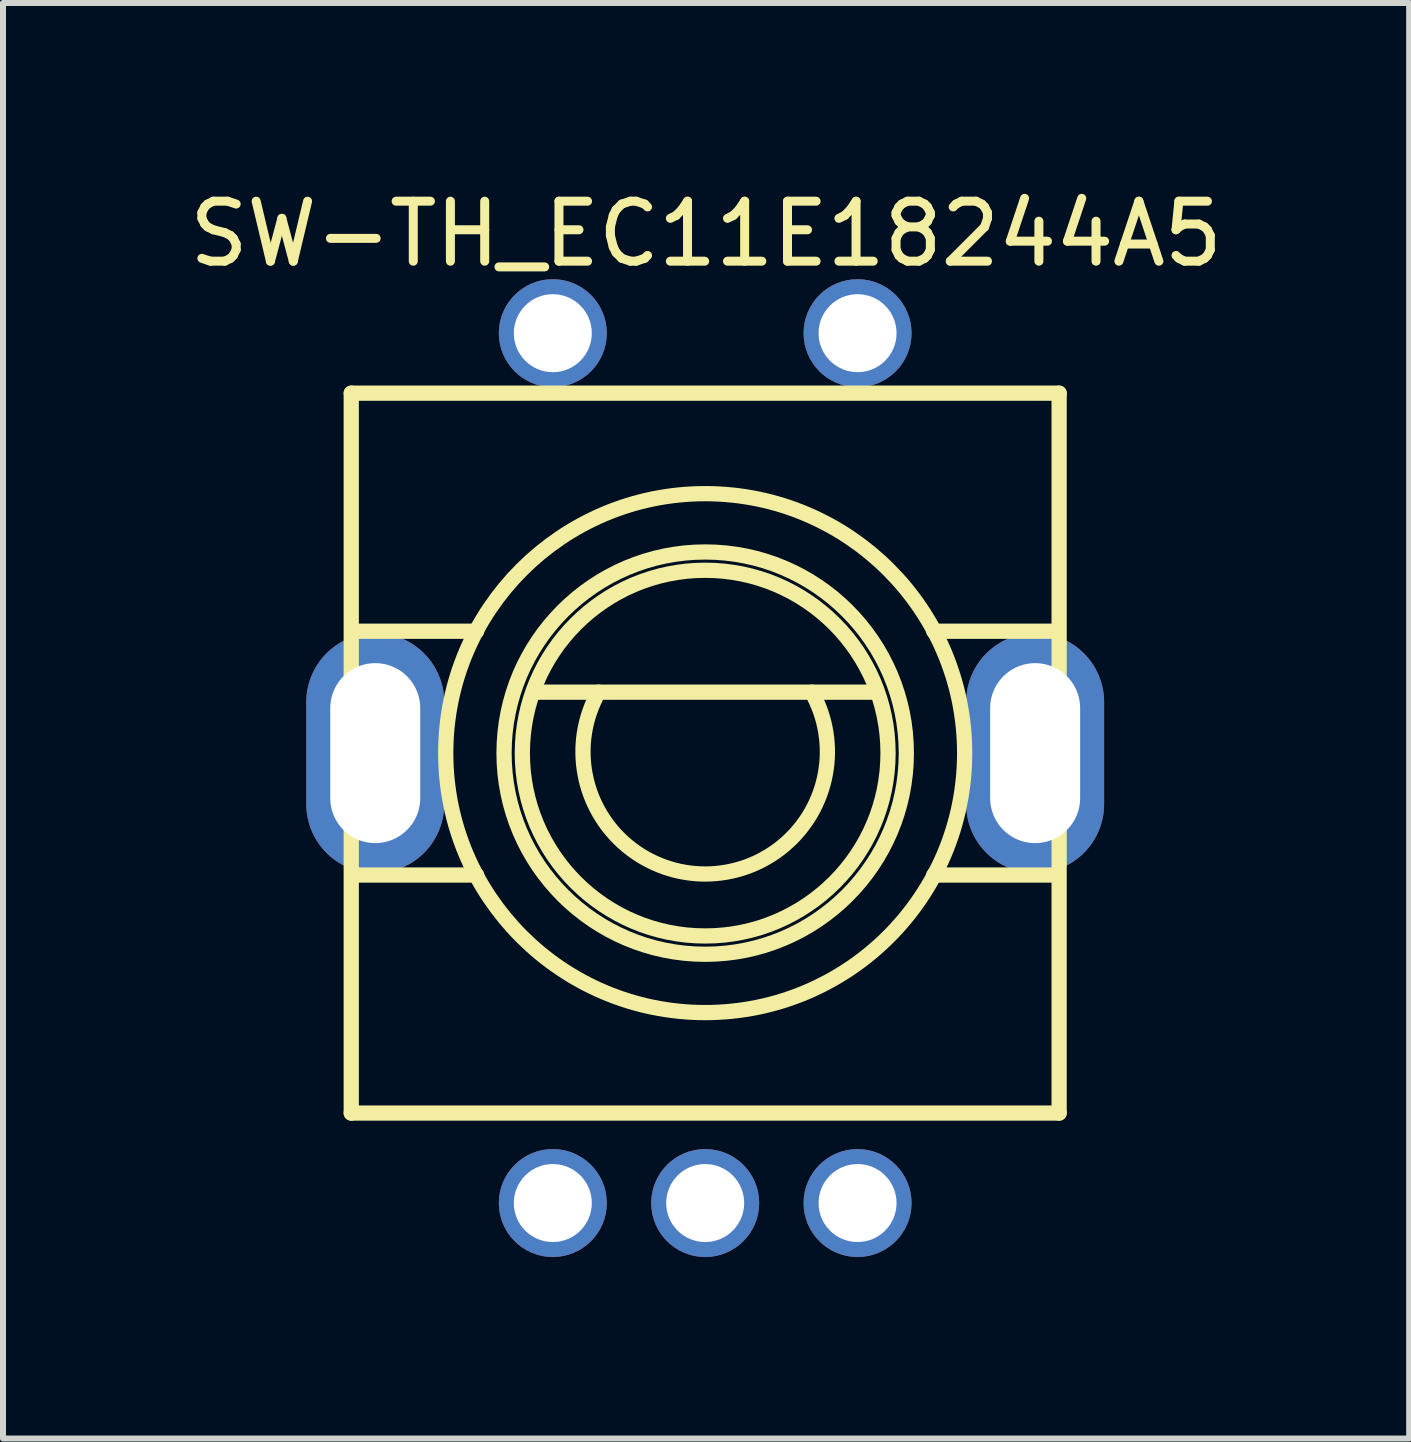
<source format=kicad_pcb>
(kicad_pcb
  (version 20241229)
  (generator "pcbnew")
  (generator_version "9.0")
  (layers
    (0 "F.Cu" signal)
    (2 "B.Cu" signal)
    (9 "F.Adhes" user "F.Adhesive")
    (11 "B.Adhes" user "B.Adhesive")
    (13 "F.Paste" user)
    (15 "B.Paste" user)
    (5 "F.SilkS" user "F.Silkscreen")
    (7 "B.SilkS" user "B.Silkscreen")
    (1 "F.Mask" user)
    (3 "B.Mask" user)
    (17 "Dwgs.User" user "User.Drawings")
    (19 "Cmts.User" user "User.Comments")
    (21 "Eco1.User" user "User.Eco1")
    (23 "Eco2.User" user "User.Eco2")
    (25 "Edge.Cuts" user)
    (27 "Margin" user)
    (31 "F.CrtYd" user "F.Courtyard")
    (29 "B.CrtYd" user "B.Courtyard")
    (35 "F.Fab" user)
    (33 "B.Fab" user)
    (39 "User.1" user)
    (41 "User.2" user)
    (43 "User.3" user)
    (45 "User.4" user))
  (footprint "SW-TH_EC11E18244A5"
    (layer "F.Cu")
    (at 8.705 9.754)
    (property "Reference" "SW-TH_EC11E18244A5" (at 0.015 -8.905 0) (layer "F.SilkS") (effects (font (size 1 1) (thickness 0.15))))
    (fp_line (start -5.9 -6.25) (end 5.9 -6.25) (stroke (width 0.254) (type default)) (layer "F.SilkS"))
    (fp_line (start -5.9 5.75) (end -5.9 -6.25) (stroke (width 0.254) (type default)) (layer "F.SilkS"))
    (fp_line (start -5.842 -2.282) (end -3.81 -2.282) (stroke (width 0.254) (type default)) (layer "F.SilkS"))
    (fp_line (start -5.842 1.782) (end -3.81 1.782) (stroke (width 0.254) (type default)) (layer "F.SilkS"))
    (fp_line (start -2.794 -1.266) (end 2.794 -1.266) (stroke (width 0.254) (type default)) (layer "F.SilkS"))
    (fp_line (start 3.81 -2.282) (end 5.842 -2.282) (stroke (width 0.254) (type default)) (layer "F.SilkS"))
    (fp_line (start 3.81 1.782) (end 5.842 1.782) (stroke (width 0.254) (type default)) (layer "F.SilkS"))
    (fp_line (start 5.9 -6.25) (end 5.9 5.75) (stroke (width 0.254) (type default)) (layer "F.SilkS"))
    (fp_line (start 5.9 5.75) (end -5.9 5.75) (stroke (width 0.254) (type default)) (layer "F.SilkS"))
    (fp_arc (start 1.778 -1.266) (mid 0 1.764988) (end -1.778 -1.266) (stroke (width 0.254) (type default)) (layer "F.SilkS"))
    (fp_circle (center 0 -0.25) (end 3.048 -0.25) (stroke (width 0.254) (type default)) (fill no) (layer "F.SilkS"))
    (fp_circle (center 0 -0.25) (end 3.353 -0.25) (stroke (width 0.254) (type default)) (fill no) (layer "F.SilkS"))
    (fp_circle (center 0 -0.25) (end 4.325 -0.25) (stroke (width 0.254) (type default)) (fill no) (layer "F.SilkS"))
    (fp_poly (pts (xy -6.1 0.5) (xy -6.1 -1) (xy -4.9 -1) (xy -4.9 0.5)) (stroke (width 0.1) (type default)) (fill no) (layer "User.1"))
    (fp_poly (pts (xy 4.9 0.5) (xy 4.9 -1) (xy 6.1 -1) (xy 6.1 0.5)) (stroke (width 0.1) (type default)) (fill no) (layer "User.1"))
    (fp_poly (pts (xy -1.995 -7.322) (xy -2.032 -7.46) (xy -2.104 -7.585) (xy -2.205 -7.686) (xy -2.33 -7.758) (xy -2.468 -7.795) (xy -2.612 -7.795) (xy -2.75 -7.758) (xy -2.875 -7.686) (xy -2.976 -7.585) (xy -3.048 -7.46) (xy -3.085 -7.322) (xy -3.085 -7.178) (xy -3.048 -7.04) (xy -2.976 -6.915) (xy -2.875 -6.814) (xy -2.75 -6.742) (xy -2.612 -6.705) (xy -2.468 -6.705) (xy -2.33 -6.742) (xy -2.205 -6.814) (xy -2.104 -6.915) (xy -2.032 -7.04) (xy -1.995 -7.178)) (stroke (width 0.1) (type default)) (fill no) (layer "User.1"))
    (fp_poly (pts (xy -1.995 7.178) (xy -2.032 7.04) (xy -2.104 6.915) (xy -2.205 6.814) (xy -2.33 6.742) (xy -2.468 6.705) (xy -2.612 6.705) (xy -2.75 6.742) (xy -2.875 6.814) (xy -2.976 6.915) (xy -3.048 7.04) (xy -3.085 7.178) (xy -3.085 7.322) (xy -3.048 7.46) (xy -2.976 7.585) (xy -2.875 7.686) (xy -2.75 7.758) (xy -2.612 7.795) (xy -2.468 7.795) (xy -2.33 7.758) (xy -2.205 7.686) (xy -2.104 7.585) (xy -2.032 7.46) (xy -1.995 7.322)) (stroke (width 0.1) (type default)) (fill no) (layer "User.1"))
    (fp_poly (pts (xy 0.545 7.178) (xy 0.508 7.04) (xy 0.436 6.915) (xy 0.335 6.814) (xy 0.21 6.742) (xy 0.072 6.705) (xy -0.072 6.705) (xy -0.21 6.742) (xy -0.335 6.814) (xy -0.436 6.915) (xy -0.508 7.04) (xy -0.545 7.178) (xy -0.545 7.322) (xy -0.508 7.46) (xy -0.436 7.585) (xy -0.335 7.686) (xy -0.21 7.758) (xy -0.072 7.795) (xy 0.072 7.795) (xy 0.21 7.758) (xy 0.335 7.686) (xy 0.436 7.585) (xy 0.508 7.46) (xy 0.545 7.322)) (stroke (width 0.1) (type default)) (fill no) (layer "User.1"))
    (fp_poly (pts (xy 3.085 -7.322) (xy 3.048 -7.46) (xy 2.976 -7.585) (xy 2.875 -7.686) (xy 2.75 -7.758) (xy 2.612 -7.795) (xy 2.468 -7.795) (xy 2.33 -7.758) (xy 2.205 -7.686) (xy 2.104 -7.585) (xy 2.032 -7.46) (xy 1.995 -7.322) (xy 1.995 -7.178) (xy 2.032 -7.04) (xy 2.104 -6.915) (xy 2.205 -6.814) (xy 2.33 -6.742) (xy 2.468 -6.705) (xy 2.612 -6.705) (xy 2.75 -6.742) (xy 2.875 -6.814) (xy 2.976 -6.915) (xy 3.048 -7.04) (xy 3.085 -7.178)) (stroke (width 0.1) (type default)) (fill no) (layer "User.1"))
    (fp_poly (pts (xy 3.085 7.178) (xy 3.048 7.04) (xy 2.976 6.915) (xy 2.875 6.814) (xy 2.75 6.742) (xy 2.612 6.705) (xy 2.468 6.705) (xy 2.33 6.742) (xy 2.205 6.814) (xy 2.104 6.915) (xy 2.032 7.04) (xy 1.995 7.178) (xy 1.995 7.322) (xy 2.032 7.46) (xy 2.104 7.585) (xy 2.205 7.686) (xy 2.33 7.758) (xy 2.468 7.795) (xy 2.612 7.795) (xy 2.75 7.758) (xy 2.875 7.686) (xy 2.976 7.585) (xy 3.048 7.46) (xy 3.085 7.322)) (stroke (width 0.1) (type default)) (fill no) (layer "User.1"))
    (fp_line (start -6.65 -8.15) (end 6.65 -8.15) (stroke (width 0.051) (type default)) (layer "User.2"))
    (fp_line (start -6.65 8.15) (end -6.65 -8.15) (stroke (width 0.051) (type default)) (layer "User.2"))
    (fp_line (start 6.65 -8.15) (end 6.65 8.15) (stroke (width 0.051) (type default)) (layer "User.2"))
    (fp_line (start 6.65 8.15) (end -6.65 8.15) (stroke (width 0.051) (type default)) (layer "User.2"))
    (fp_poly (pts (xy 6.705 -8.173) (xy 6.673 -8.205) (xy 6.627 -8.205) (xy 6.595 -8.173) (xy 6.595 -8.127) (xy 6.627 -8.095) (xy 6.673 -8.095) (xy 6.705 -8.127)) (stroke (width 0.1) (type default)) (fill no) (layer "User.3"))
    (pad "6" thru_hole oval (at 5.5 -0.25 90) (size 4 2.3) (drill oval 3 1.5) (layers "*.Cu" "*.Mask"))
    (pad "7" thru_hole oval (at -5.5 -0.25 90) (size 4 2.3) (drill oval 3 1.5) (layers "*.Cu" "*.Mask"))
    (pad "A" thru_hole circle (at -2.54 7.25) (size 1.8 1.8) (drill 1.3) (layers "*.Cu" "*.Mask"))
    (pad "B" thru_hole circle (at 2.54 7.25) (size 1.8 1.8) (drill 1.3) (layers "*.Cu" "*.Mask"))
    (pad "C" thru_hole circle (at 0 7.25) (size 1.8 1.8) (drill 1.3) (layers "*.Cu" "*.Mask"))
    (pad "D" thru_hole circle (at -2.54 -7.25) (size 1.8 1.8) (drill 1.3) (layers "*.Cu" "*.Mask"))
    (pad "E" thru_hole circle (at 2.54 -7.25) (size 1.8 1.8) (drill 1.3) (layers "*.Cu" "*.Mask")))
  (gr_rect
    (start -3 -3)
    (end 20.44 20.929)
    (stroke (width 0.1) (type default))
    (fill no)
    (layer "Edge.Cuts")))
</source>
